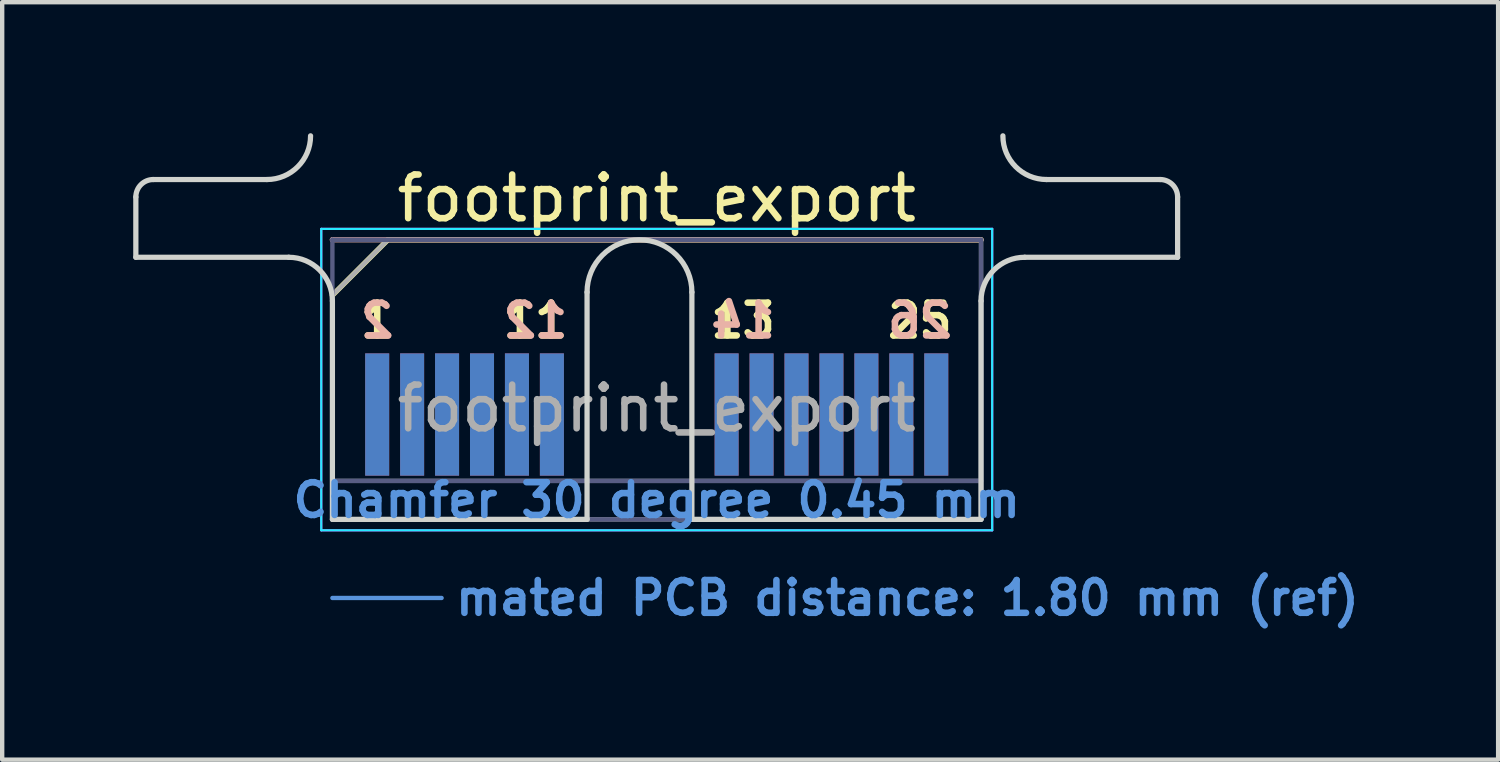
<source format=kicad_pcb>
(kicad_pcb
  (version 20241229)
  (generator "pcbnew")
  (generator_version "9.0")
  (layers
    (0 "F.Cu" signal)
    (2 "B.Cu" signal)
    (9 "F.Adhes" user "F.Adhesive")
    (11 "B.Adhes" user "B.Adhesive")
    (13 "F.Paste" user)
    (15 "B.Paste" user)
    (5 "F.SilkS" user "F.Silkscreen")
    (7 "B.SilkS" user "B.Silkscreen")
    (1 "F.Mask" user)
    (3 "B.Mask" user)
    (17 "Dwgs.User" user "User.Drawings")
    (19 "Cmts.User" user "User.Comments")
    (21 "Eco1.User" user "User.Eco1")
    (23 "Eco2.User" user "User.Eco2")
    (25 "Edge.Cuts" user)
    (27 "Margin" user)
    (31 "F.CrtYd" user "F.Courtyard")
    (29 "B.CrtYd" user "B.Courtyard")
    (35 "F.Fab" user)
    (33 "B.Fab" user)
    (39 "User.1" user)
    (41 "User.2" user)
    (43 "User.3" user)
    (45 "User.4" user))
  (footprint "footprint_export"
    (layer "F.Cu")
    (at 11.985 8.84)
    (property "Reference" "footprint_export" (at 0 -7.35 0) (layer "F.SilkS") (effects (font (size 1 1) (thickness 0.15))))
    (attr exclude_from_pos_files exclude_from_bom)
    (fp_line (start -7.425 -5.13) (end -6.155 -6.4) (stroke (width 0.12) (type solid)) (layer "F.SilkS"))
    (fp_line (start -6.155 -6.4) (end 7.425 -6.4) (stroke (width 0.12) (type solid)) (layer "F.SilkS"))
    (fp_line (start -7.425 -6.4) (end -7.425 -6.4) (stroke (width 0.12) (type solid)) (layer "B.SilkS"))
    (fp_line (start -7.425 -6.4) (end 7.425 -6.4) (stroke (width 0.12) (type solid)) (layer "B.SilkS"))
    (fp_line (start -7.425 1.8) (end -4.925 1.8) (stroke (width 0.1) (type solid)) (layer "Cmts.User"))
    (fp_line (start -11.925 -6) (end -11.925 -7.38) (stroke (width 0.12) (type solid)) (layer "Edge.Cuts"))
    (fp_line (start -11.525 -7.78) (end -8.925 -7.78) (stroke (width 0.12) (type solid)) (layer "Edge.Cuts"))
    (fp_line (start -8.425 -6) (end -11.925 -6) (stroke (width 0.12) (type solid)) (layer "Edge.Cuts"))
    (fp_line (start -7.425 -5) (end -7.425 0) (stroke (width 0.12) (type solid)) (layer "Edge.Cuts"))
    (fp_line (start -7.425 0) (end -1.595 0) (stroke (width 0.12) (type solid)) (layer "Edge.Cuts"))
    (fp_line (start -1.595 0) (end -1.595 -5.2) (stroke (width 0.12) (type solid)) (layer "Edge.Cuts"))
    (fp_line (start 0.805 -5.2) (end 0.805 0) (stroke (width 0.12) (type solid)) (layer "Edge.Cuts"))
    (fp_line (start 0.805 0) (end 7.425 0) (stroke (width 0.12) (type solid)) (layer "Edge.Cuts"))
    (fp_line (start 7.425 0) (end 7.425 -5) (stroke (width 0.12) (type solid)) (layer "Edge.Cuts"))
    (fp_line (start 8.425 -6) (end 11.925 -6) (stroke (width 0.12) (type solid)) (layer "Edge.Cuts"))
    (fp_line (start 11.525 -7.78) (end 8.925 -7.78) (stroke (width 0.12) (type solid)) (layer "Edge.Cuts"))
    (fp_line (start 11.925 -6) (end 11.925 -7.38) (stroke (width 0.12) (type solid)) (layer "Edge.Cuts"))
    (fp_arc (start -11.925 -7.38) (mid -11.807843 -7.662843) (end -11.525 -7.78) (stroke (width 0.12) (type solid)) (layer "Edge.Cuts"))
    (fp_arc (start -8.425 -6) (mid -7.717893 -5.707107) (end -7.425 -5) (stroke (width 0.12) (type solid)) (layer "Edge.Cuts"))
    (fp_arc (start -7.925 -8.78) (mid -8.217893 -8.072893) (end -8.925 -7.78) (stroke (width 0.12) (type solid)) (layer "Edge.Cuts"))
    (fp_arc (start -1.595 -5.2) (mid -0.395 -6.4) (end 0.805 -5.2) (stroke (width 0.12) (type solid)) (layer "Edge.Cuts"))
    (fp_arc (start 7.425 -5) (mid 7.717893 -5.707107) (end 8.425 -6) (stroke (width 0.12) (type solid)) (layer "Edge.Cuts"))
    (fp_arc (start 8.925 -7.78) (mid 8.217893 -8.072893) (end 7.925 -8.78) (stroke (width 0.12) (type solid)) (layer "Edge.Cuts"))
    (fp_arc (start 11.525 -7.78) (mid 11.807843 -7.662843) (end 11.925 -7.38) (stroke (width 0.12) (type solid)) (layer "Edge.Cuts"))
    (fp_line (start -7.68 -6.65) (end -7.68 0.25) (stroke (width 0.05) (type solid)) (layer "B.CrtYd"))
    (fp_line (start -7.68 0.25) (end 7.68 0.25) (stroke (width 0.05) (type solid)) (layer "B.CrtYd"))
    (fp_line (start 7.68 -6.65) (end -7.68 -6.65) (stroke (width 0.05) (type solid)) (layer "B.CrtYd"))
    (fp_line (start 7.68 0.25) (end 7.68 -6.65) (stroke (width 0.05) (type solid)) (layer "B.CrtYd"))
    (fp_line (start -7.68 -6.65) (end -7.68 0.25) (stroke (width 0.05) (type solid)) (layer "F.CrtYd"))
    (fp_line (start -7.68 0.25) (end 7.68 0.25) (stroke (width 0.05) (type solid)) (layer "F.CrtYd"))
    (fp_line (start 7.68 -6.65) (end -7.68 -6.65) (stroke (width 0.05) (type solid)) (layer "F.CrtYd"))
    (fp_line (start 7.68 0.25) (end 7.68 -6.65) (stroke (width 0.05) (type solid)) (layer "F.CrtYd"))
    (fp_line (start -7.425 -6.4) (end -7.425 -6.4) (stroke (width 0.1) (type solid)) (layer "B.Fab"))
    (fp_line (start -7.425 -6.4) (end -7.425 0) (stroke (width 0.1) (type solid)) (layer "B.Fab"))
    (fp_line (start -7.425 -6.4) (end 7.425 -6.4) (stroke (width 0.1) (type solid)) (layer "B.Fab"))
    (fp_line (start -7.425 -0.88) (end 7.425 -0.88) (stroke (width 0.1) (type solid)) (layer "B.Fab"))
    (fp_line (start -7.425 0) (end 7.425 0) (stroke (width 0.1) (type solid)) (layer "B.Fab"))
    (fp_line (start 7.425 -6.4) (end 7.425 0) (stroke (width 0.1) (type solid)) (layer "B.Fab"))
    (fp_line (start -7.425 -5.13) (end -7.425 0) (stroke (width 0.1) (type solid)) (layer "F.Fab"))
    (fp_line (start -7.425 -5.13) (end -6.155 -6.4) (stroke (width 0.1) (type solid)) (layer "F.Fab"))
    (fp_line (start -7.425 -0.88) (end 7.425 -0.88) (stroke (width 0.1) (type solid)) (layer "F.Fab"))
    (fp_line (start -7.425 0) (end 7.425 0) (stroke (width 0.1) (type solid)) (layer "F.Fab"))
    (fp_line (start -6.155 -6.4) (end 7.425 -6.4) (stroke (width 0.1) (type solid)) (layer "F.Fab"))
    (fp_line (start 7.425 -6.4) (end 7.425 0) (stroke (width 0.1) (type solid)) (layer "F.Fab"))
    (fp_text user "11" (at -2.775 -4.55 0) (layer "F.SilkS") (effects (font (size 0.75 0.75) (thickness 0.15))))
    (fp_text user "25" (at 6.025 -4.55 0) (layer "F.SilkS") (effects (font (size 0.75 0.75) (thickness 0.15))))
    (fp_text user "1" (at -6.4 -4.55 0) (layer "F.SilkS") (effects (font (size 0.75 0.75) (thickness 0.15))))
    (fp_text user "13" (at 1.975 -4.55 0) (layer "F.SilkS") (effects (font (size 0.75 0.75) (thickness 0.15))))
    (fp_text user "26" (at 6.025 -4.55 0) (layer "B.SilkS") (effects (font (size 0.75 0.75) (thickness 0.15)) (justify mirror)))
    (fp_text user "2" (at -6.4 -4.55 0) (layer "B.SilkS") (effects (font (size 0.75 0.75) (thickness 0.15)) (justify mirror)))
    (fp_text user "14" (at 1.975 -4.55 0) (layer "B.SilkS") (effects (font (size 0.75 0.75) (thickness 0.15)) (justify mirror)))
    (fp_text user "12" (at -2.775 -4.55 0) (layer "B.SilkS") (effects (font (size 0.75 0.75) (thickness 0.15)) (justify mirror)))
    (fp_text user "Chamfer 30 degree 0.45 mm" (at 0 -0.44 0) (layer "Cmts.User") (effects (font (size 0.75 0.75) (thickness 0.15))))
    (fp_text user "mated PCB distance: 1.80 mm (ref)" (at -4.68 1.8 0) (layer "Cmts.User") (effects (font (size 0.75 0.75) (thickness 0.15)) (justify left)))
    (fp_text user "${REFERENCE}" (at 0 -2.54 0) (layer "F.Fab") (effects (font (size 1 1) (thickness 0.15))))
    (pad "1" connect rect (at -6.4 -2.4) (size 0.55 2.8) (layers "F.Cu" "F.Mask"))
    (pad "2" connect rect (at -6.4 -2.4) (size 0.55 2.8) (layers "B.Cu" "B.Mask"))
    (pad "3" connect rect (at -5.6 -2.4) (size 0.55 2.8) (layers "F.Cu" "F.Mask"))
    (pad "4" connect rect (at -5.6 -2.4) (size 0.55 2.8) (layers "B.Cu" "B.Mask"))
    (pad "5" connect rect (at -4.8 -2.4) (size 0.55 2.8) (layers "F.Cu" "F.Mask"))
    (pad "6" connect rect (at -4.8 -2.4) (size 0.55 2.8) (layers "B.Cu" "B.Mask"))
    (pad "7" connect rect (at -4 -2.4) (size 0.55 2.8) (layers "F.Cu" "F.Mask"))
    (pad "8" connect rect (at -4 -2.4) (size 0.55 2.8) (layers "B.Cu" "B.Mask"))
    (pad "9" connect rect (at -3.2 -2.4) (size 0.55 2.8) (layers "F.Cu" "F.Mask"))
    (pad "10" connect rect (at -3.2 -2.4) (size 0.55 2.8) (layers "B.Cu" "B.Mask"))
    (pad "11" connect rect (at -2.4 -2.4) (size 0.55 2.8) (layers "F.Cu" "F.Mask"))
    (pad "12" connect rect (at -2.4 -2.4) (size 0.55 2.8) (layers "B.Cu" "B.Mask"))
    (pad "13" connect rect (at 1.6 -2.4) (size 0.55 2.8) (layers "F.Cu" "F.Mask"))
    (pad "14" connect rect (at 1.6 -2.4) (size 0.55 2.8) (layers "B.Cu" "B.Mask"))
    (pad "15" connect rect (at 2.4 -2.4) (size 0.55 2.8) (layers "F.Cu" "F.Mask"))
    (pad "16" connect rect (at 2.4 -2.4) (size 0.55 2.8) (layers "B.Cu" "B.Mask"))
    (pad "17" connect rect (at 3.2 -2.4) (size 0.55 2.8) (layers "F.Cu" "F.Mask"))
    (pad "18" connect rect (at 3.2 -2.4) (size 0.55 2.8) (layers "B.Cu" "B.Mask"))
    (pad "19" connect rect (at 4 -2.4) (size 0.55 2.8) (layers "F.Cu" "F.Mask"))
    (pad "20" connect rect (at 4 -2.4) (size 0.55 2.8) (layers "B.Cu" "B.Mask"))
    (pad "21" connect rect (at 4.8 -2.4) (size 0.55 2.8) (layers "F.Cu" "F.Mask"))
    (pad "22" connect rect (at 4.8 -2.4) (size 0.55 2.8) (layers "B.Cu" "B.Mask"))
    (pad "23" connect rect (at 5.6 -2.4) (size 0.55 2.8) (layers "F.Cu" "F.Mask"))
    (pad "24" connect rect (at 5.6 -2.4) (size 0.55 2.8) (layers "B.Cu" "B.Mask"))
    (pad "25" connect rect (at 6.4 -2.4) (size 0.55 2.8) (layers "F.Cu" "F.Mask"))
    (pad "26" connect rect (at 6.4 -2.4) (size 0.55 2.8) (layers "B.Cu" "B.Mask")))
  (gr_rect
    (start -3 -3)
    (end 31.248 14.342)
    (stroke (width 0.1) (type default))
    (fill no)
    (layer "Edge.Cuts")))
</source>
